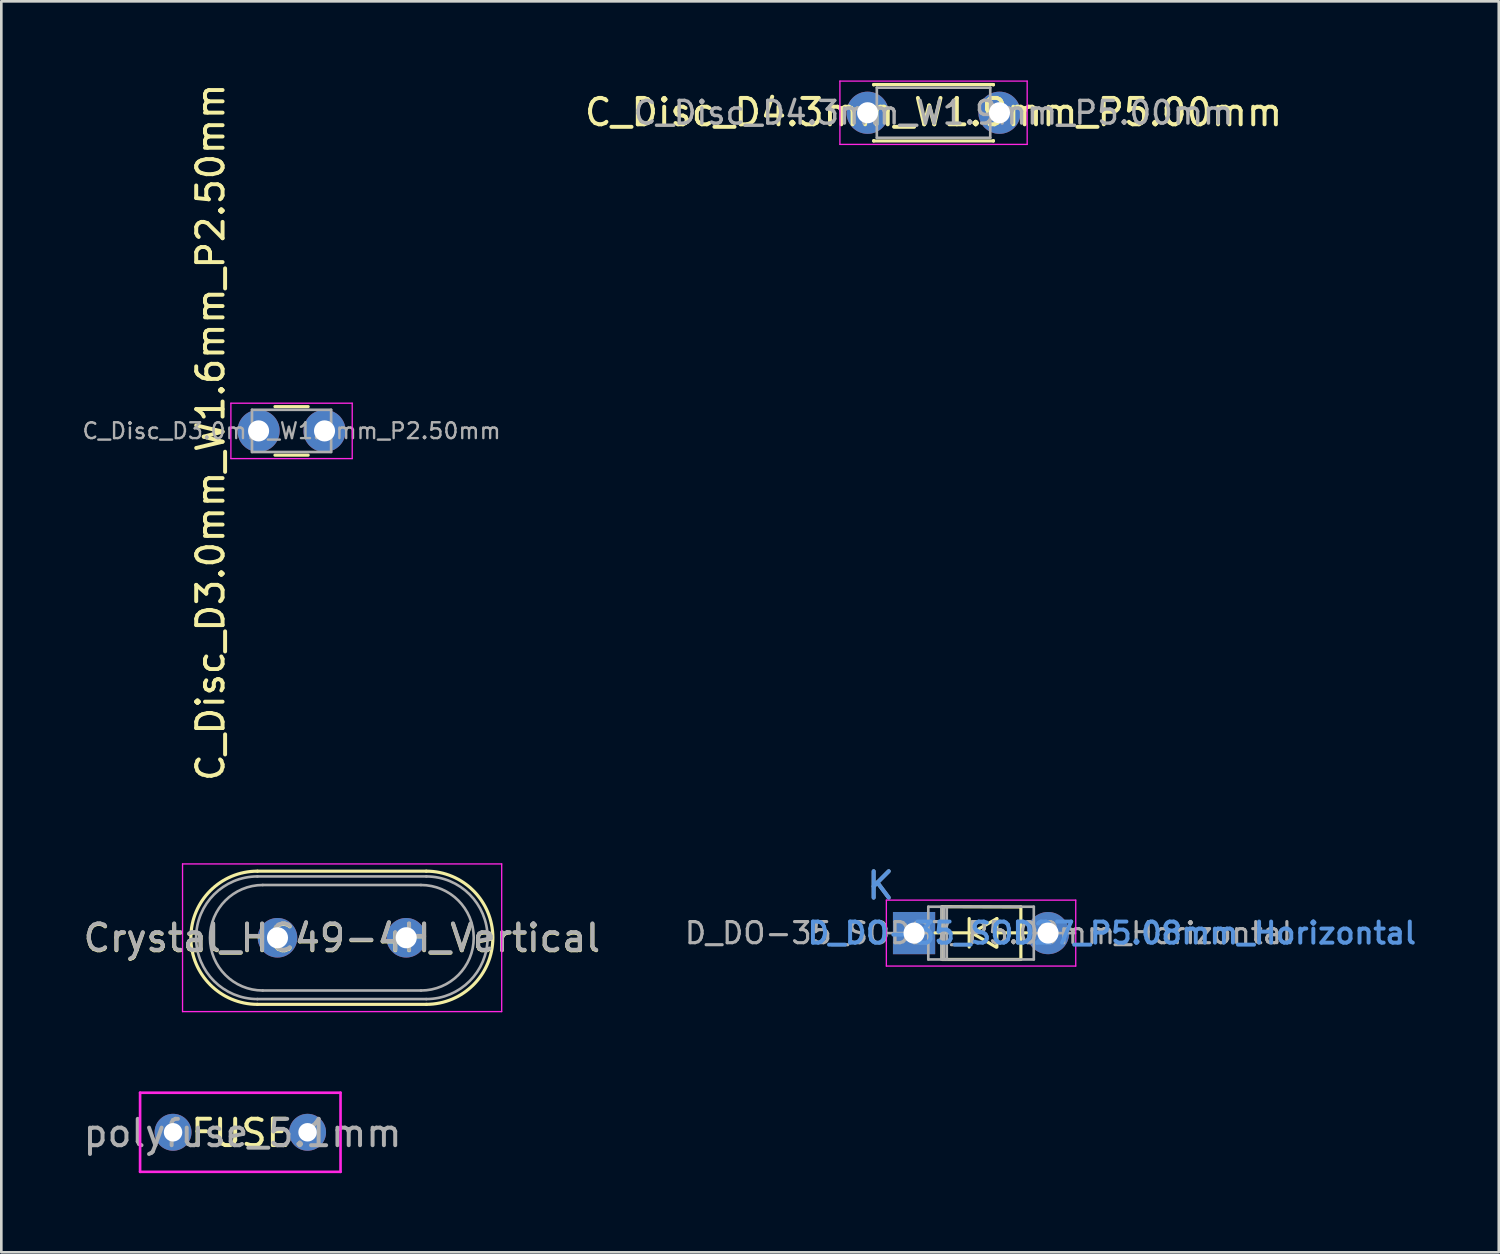
<source format=kicad_pcb>
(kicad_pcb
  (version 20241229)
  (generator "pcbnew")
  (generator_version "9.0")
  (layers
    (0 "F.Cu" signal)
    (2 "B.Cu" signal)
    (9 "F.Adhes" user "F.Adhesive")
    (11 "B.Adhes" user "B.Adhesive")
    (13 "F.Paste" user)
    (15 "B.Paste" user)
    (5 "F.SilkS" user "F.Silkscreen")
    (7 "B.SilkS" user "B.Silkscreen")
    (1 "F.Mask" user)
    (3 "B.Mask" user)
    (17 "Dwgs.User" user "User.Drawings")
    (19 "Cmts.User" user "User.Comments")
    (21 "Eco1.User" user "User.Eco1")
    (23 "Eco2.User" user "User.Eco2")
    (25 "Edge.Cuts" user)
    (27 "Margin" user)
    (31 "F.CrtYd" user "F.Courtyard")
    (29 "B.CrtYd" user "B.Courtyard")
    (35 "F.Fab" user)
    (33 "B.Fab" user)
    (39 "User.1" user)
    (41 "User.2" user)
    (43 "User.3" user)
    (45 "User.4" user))
  (footprint "C_Disc_D3.0mm_W1.6mm_P2.50mm"
    (layer "F.Cu")
    (at 6.754 13.287)
    (property "Reference" "C_Disc_D3.0mm_W1.6mm_P2.50mm" (at -1.82 0.052 90) (layer "F.SilkS") (effects (font (size 1 1) (thickness 0.15))))
    (attr through_hole)
    (fp_line (start 0.621 -0.92) (end 1.879 -0.92) (stroke (width 0.12) (type solid)) (layer "F.SilkS"))
    (fp_line (start 0.621 0.92) (end 1.879 0.92) (stroke (width 0.12) (type solid)) (layer "F.SilkS"))
    (fp_line (start -1.05 -1.05) (end -1.05 1.05) (stroke (width 0.05) (type solid)) (layer "F.CrtYd"))
    (fp_line (start -1.05 1.05) (end 3.55 1.05) (stroke (width 0.05) (type solid)) (layer "F.CrtYd"))
    (fp_line (start 3.55 -1.05) (end -1.05 -1.05) (stroke (width 0.05) (type solid)) (layer "F.CrtYd"))
    (fp_line (start 3.55 1.05) (end 3.55 -1.05) (stroke (width 0.05) (type solid)) (layer "F.CrtYd"))
    (fp_line (start -0.25 -0.8) (end -0.25 0.8) (stroke (width 0.1) (type solid)) (layer "F.Fab"))
    (fp_line (start -0.25 0.8) (end 2.75 0.8) (stroke (width 0.1) (type solid)) (layer "F.Fab"))
    (fp_line (start 2.75 -0.8) (end -0.25 -0.8) (stroke (width 0.1) (type solid)) (layer "F.Fab"))
    (fp_line (start 2.75 0.8) (end 2.75 -0.8) (stroke (width 0.1) (type solid)) (layer "F.Fab"))
    (fp_text user "${REFERENCE}" (at 1.25 0 0) (layer "F.Fab") (effects (font (size 0.6 0.6) (thickness 0.09))))
    (pad "1" thru_hole circle (at 0 0) (size 1.6 1.6) (drill 0.8) (layers "*.Cu" "*.Mask"))
    (pad "2" thru_hole circle (at 2.5 0) (size 1.6 1.6) (drill 0.8) (layers "*.Cu" "*.Mask")))
  (footprint "Crystal_HC49-4H_Vertical"
    (layer "F.Cu")
    (at 7.471 32.504)
    (property "Reference" "Crystal_HC49-4H_Vertical" (at 2.44 0.019 0) (layer "F.SilkS") (effects (font (size 1 1) (thickness 0.15))))
    (attr through_hole)
    (fp_line (start -0.76 -2.525) (end 5.64 -2.525) (stroke (width 0.12) (type solid)) (layer "F.SilkS"))
    (fp_line (start -0.76 2.525) (end 5.64 2.525) (stroke (width 0.12) (type solid)) (layer "F.SilkS"))
    (fp_arc (start -0.76 2.525) (mid -3.285 0) (end -0.76 -2.525) (stroke (width 0.12) (type solid)) (layer "F.SilkS"))
    (fp_arc (start 5.64 -2.525) (mid 8.165 0) (end 5.64 2.525) (stroke (width 0.12) (type solid)) (layer "F.SilkS"))
    (fp_line (start -3.6 -2.8) (end -3.6 2.8) (stroke (width 0.05) (type solid)) (layer "F.CrtYd"))
    (fp_line (start -3.6 2.8) (end 8.5 2.8) (stroke (width 0.05) (type solid)) (layer "F.CrtYd"))
    (fp_line (start 8.5 -2.8) (end -3.6 -2.8) (stroke (width 0.05) (type solid)) (layer "F.CrtYd"))
    (fp_line (start 8.5 2.8) (end 8.5 -2.8) (stroke (width 0.05) (type solid)) (layer "F.CrtYd"))
    (fp_line (start -0.76 -2.325) (end 5.64 -2.325) (stroke (width 0.1) (type solid)) (layer "F.Fab"))
    (fp_line (start -0.76 2.325) (end 5.64 2.325) (stroke (width 0.1) (type solid)) (layer "F.Fab"))
    (fp_line (start -0.56 -2) (end 5.44 -2) (stroke (width 0.1) (type solid)) (layer "F.Fab"))
    (fp_line (start -0.56 2) (end 5.44 2) (stroke (width 0.1) (type solid)) (layer "F.Fab"))
    (fp_arc (start -0.76 2.325) (mid -3.085 0) (end -0.76 -2.325) (stroke (width 0.1) (type solid)) (layer "F.Fab"))
    (fp_arc (start -0.56 2) (mid -2.56 0) (end -0.56 -2) (stroke (width 0.1) (type solid)) (layer "F.Fab"))
    (fp_arc (start 5.44 -2) (mid 7.44 0) (end 5.44 2) (stroke (width 0.1) (type solid)) (layer "F.Fab"))
    (fp_arc (start 5.64 -2.325) (mid 7.965 0) (end 5.64 2.325) (stroke (width 0.1) (type solid)) (layer "F.Fab"))
    (fp_text user "${REFERENCE}" (at 2.44 0 0) (layer "F.Fab") (effects (font (size 1 1) (thickness 0.15))))
    (pad "1" thru_hole circle (at 0 0) (size 1.5 1.5) (drill 0.8) (layers "*.Cu" "*.Mask"))
    (pad "2" thru_hole circle (at 4.88 0) (size 1.5 1.5) (drill 0.8) (layers "*.Cu" "*.Mask")))
  (footprint "C_Disc_D4.3mm_W1.9mm_P5.00mm"
    (layer "F.Cu")
    (at 29.844 1.225)
    (property "Reference" "C_Disc_D4.3mm_W1.9mm_P5.00mm" (at 2.502 -0.017 0) (layer "F.SilkS") (effects (font (size 1 1) (thickness 0.15))))
    (attr through_hole)
    (fp_line (start 0.23 -1.07) (end 0.23 -1.055) (stroke (width 0.12) (type solid)) (layer "F.SilkS"))
    (fp_line (start 0.23 -1.07) (end 4.77 -1.07) (stroke (width 0.12) (type solid)) (layer "F.SilkS"))
    (fp_line (start 0.23 1.055) (end 0.23 1.07) (stroke (width 0.12) (type solid)) (layer "F.SilkS"))
    (fp_line (start 0.23 1.07) (end 4.77 1.07) (stroke (width 0.12) (type solid)) (layer "F.SilkS"))
    (fp_line (start 4.77 -1.07) (end 4.77 -1.055) (stroke (width 0.12) (type solid)) (layer "F.SilkS"))
    (fp_line (start 4.77 1.055) (end 4.77 1.07) (stroke (width 0.12) (type solid)) (layer "F.SilkS"))
    (fp_line (start -1.05 -1.2) (end -1.05 1.2) (stroke (width 0.05) (type solid)) (layer "F.CrtYd"))
    (fp_line (start -1.05 1.2) (end 6.05 1.2) (stroke (width 0.05) (type solid)) (layer "F.CrtYd"))
    (fp_line (start 6.05 -1.2) (end -1.05 -1.2) (stroke (width 0.05) (type solid)) (layer "F.CrtYd"))
    (fp_line (start 6.05 1.2) (end 6.05 -1.2) (stroke (width 0.05) (type solid)) (layer "F.CrtYd"))
    (fp_line (start 0.35 -0.95) (end 0.35 0.95) (stroke (width 0.1) (type solid)) (layer "F.Fab"))
    (fp_line (start 0.35 0.95) (end 4.65 0.95) (stroke (width 0.1) (type solid)) (layer "F.Fab"))
    (fp_line (start 4.65 -0.95) (end 0.35 -0.95) (stroke (width 0.1) (type solid)) (layer "F.Fab"))
    (fp_line (start 4.65 0.95) (end 4.65 -0.95) (stroke (width 0.1) (type solid)) (layer "F.Fab"))
    (fp_text user "${REFERENCE}" (at 2.5 0 0) (layer "F.Fab") (effects (font (size 0.86 0.86) (thickness 0.129))))
    (pad "1" thru_hole circle (at 0 0) (size 1.6 1.6) (drill 0.8) (layers "*.Cu" "*.Mask"))
    (pad "2" thru_hole circle (at 5 0) (size 1.6 1.6) (drill 0.8) (layers "*.Cu" "*.Mask")))
  (footprint "polyfuse_5.1mm"
    (layer "F.Cu")
    (at 6.061 39.879)
    (property "Reference" "polyfuse_5.1mm" (at 0.087 0.035 0) (layer "F.Fab") (effects (font (size 1 1) (thickness 0.15))))
    (attr through_hole)
    (fp_line (start -3.8 -1.5) (end 3.8 -1.5) (stroke (width 0.1) (type solid)) (layer "F.CrtYd"))
    (fp_line (start -3.8 1.5) (end -3.8 -1.5) (stroke (width 0.1) (type solid)) (layer "F.CrtYd"))
    (fp_line (start 3.8 -1.5) (end 3.8 1.5) (stroke (width 0.1) (type solid)) (layer "F.CrtYd"))
    (fp_line (start 3.8 1.5) (end -3.8 1.5) (stroke (width 0.1) (type solid)) (layer "F.CrtYd"))
    (fp_text user "FUSE" (at 0.02 0.03 0) (layer "F.SilkS") (effects (font (size 1 1) (thickness 0.15))))
    (pad "1" thru_hole circle (at -2.55 0) (size 1.4 1.4) (drill 0.7) (layers "*.Cu" "*.Mask"))
    (pad "2" thru_hole circle (at 2.55 0) (size 1.4 1.4) (drill 0.7) (layers "*.Cu" "*.Mask")))
  (footprint "D_DO-35_SOD27_P5.08mm_Horizontal"
    (layer "F.Cu")
    (at 30.335 32.327)
    (property "Reference" "D_DO-35_SOD27_P5.08mm_Horizontal" (at 8.77 0 0) (layer "Cmts.User") (effects (font (size 0.8 0.8) (thickness 0.15))))
    (attr through_hole)
    (fp_line (start 2.07 -0.01) (end 3.35 -0.01) (stroke (width 0.12) (type solid)) (layer "F.SilkS"))
    (fp_line (start 2.33 -1) (end 5.32 -0.99) (stroke (width 0.12) (type solid)) (layer "F.SilkS"))
    (fp_line (start 2.33 1) (end 2.33 -1) (stroke (width 0.12) (type solid)) (layer "F.SilkS"))
    (fp_line (start 2.34 1) (end 5.31 1) (stroke (width 0.12) (type solid)) (layer "F.SilkS"))
    (fp_line (start 3.36 0.53) (end 3.36 -0.55) (stroke (width 0.12) (type solid)) (layer "F.SilkS"))
    (fp_line (start 3.46 -0.01) (end 4.41 -0.55) (stroke (width 0.12) (type solid)) (layer "F.SilkS"))
    (fp_line (start 3.47 0) (end 4.38 0.53) (stroke (width 0.12) (type solid)) (layer "F.SilkS"))
    (fp_line (start 4.41 0.53) (end 4.41 -0.55) (stroke (width 0.12) (type solid)) (layer "F.SilkS"))
    (fp_line (start 5.32 1) (end 5.32 -0.99) (stroke (width 0.12) (type solid)) (layer "F.SilkS"))
    (fp_line (start 5.53 -0.01) (end 4.41 -0.01) (stroke (width 0.12) (type solid)) (layer "F.SilkS"))
    (fp_line (start 0.22 -1.25) (end 0.22 1.25) (stroke (width 0.05) (type solid)) (layer "F.CrtYd"))
    (fp_line (start 0.22 1.25) (end 7.4 1.25) (stroke (width 0.05) (type solid)) (layer "F.CrtYd"))
    (fp_line (start 7.4 -1.25) (end 0.22 -1.25) (stroke (width 0.05) (type solid)) (layer "F.CrtYd"))
    (fp_line (start 7.4 1.25) (end 7.4 -1.25) (stroke (width 0.05) (type solid)) (layer "F.CrtYd"))
    (fp_line (start 0.25 0) (end 1.81 0) (stroke (width 0.1) (type solid)) (layer "F.Fab"))
    (fp_line (start 1.81 -1) (end 1.81 1) (stroke (width 0.1) (type solid)) (layer "F.Fab"))
    (fp_line (start 1.81 1) (end 5.81 1) (stroke (width 0.1) (type solid)) (layer "F.Fab"))
    (fp_line (start 2.31 -1) (end 2.31 1) (stroke (width 0.1) (type solid)) (layer "F.Fab"))
    (fp_line (start 2.41 -1) (end 2.41 1) (stroke (width 0.1) (type solid)) (layer "F.Fab"))
    (fp_line (start 2.51 -1) (end 2.51 1) (stroke (width 0.1) (type solid)) (layer "F.Fab"))
    (fp_line (start 5.81 -1) (end 1.81 -1) (stroke (width 0.1) (type solid)) (layer "F.Fab"))
    (fp_line (start 5.81 1) (end 5.81 -1) (stroke (width 0.1) (type solid)) (layer "F.Fab"))
    (fp_line (start 7.37 0) (end 5.81 0) (stroke (width 0.1) (type solid)) (layer "F.Fab"))
    (fp_text user "K" (at 0 -1.8 0) (layer "Cmts.User") (effects (font (size 1 1) (thickness 0.15))))
    (fp_text user "K" (at 0 -1.8 0) (layer "F.Fab") (effects (font (size 1 1) (thickness 0.15))))
    (fp_text user "${REFERENCE}" (at 4.11 0 0) (layer "F.Fab") (effects (font (size 0.8 0.8) (thickness 0.12))))
    (pad "1" thru_hole rect (at 1.27 0) (size 1.6 1.6) (drill 0.8) (layers "*.Cu" "*.Mask"))
    (pad "2" thru_hole oval (at 6.35 0) (size 1.6 1.6) (drill 0.8) (layers "*.Cu" "*.Mask")))
  (gr_rect
    (start -3 -3)
    (end 53.774 44.429)
    (stroke (width 0.1) (type default))
    (fill no)
    (layer "Edge.Cuts")))
</source>
